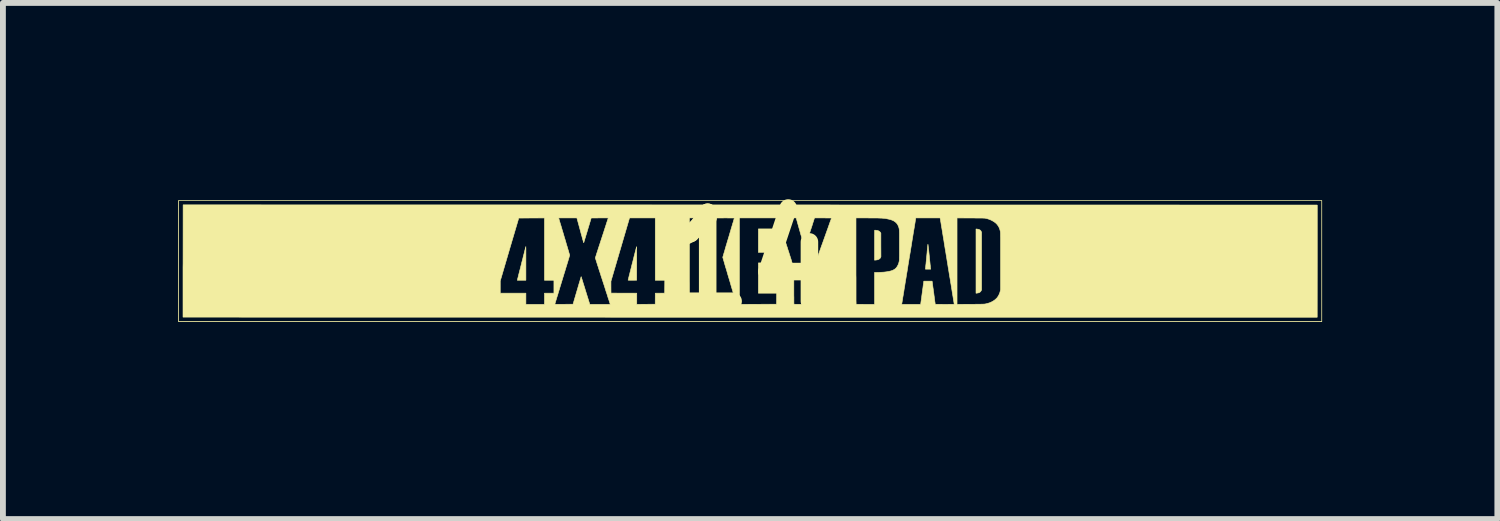
<source format=kicad_pcb>
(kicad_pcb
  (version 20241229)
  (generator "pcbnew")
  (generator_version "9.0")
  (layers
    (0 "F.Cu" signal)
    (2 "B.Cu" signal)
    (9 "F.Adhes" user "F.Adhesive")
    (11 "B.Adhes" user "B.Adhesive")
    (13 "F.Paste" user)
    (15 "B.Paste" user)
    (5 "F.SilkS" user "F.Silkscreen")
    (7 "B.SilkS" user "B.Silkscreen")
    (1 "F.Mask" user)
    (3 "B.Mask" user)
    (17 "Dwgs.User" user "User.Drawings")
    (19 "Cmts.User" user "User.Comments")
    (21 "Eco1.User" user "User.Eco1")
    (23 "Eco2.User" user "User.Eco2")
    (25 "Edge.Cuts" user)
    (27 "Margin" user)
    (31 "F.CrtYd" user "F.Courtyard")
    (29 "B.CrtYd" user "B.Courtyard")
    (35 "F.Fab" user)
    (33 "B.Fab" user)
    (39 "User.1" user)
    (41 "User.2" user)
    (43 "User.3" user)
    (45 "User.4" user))
  (footprint "14"
    (layer "F.Cu")
    (at 9.791 1.418)
    (property "Reference" "14" (at 0 0 0) (layer "F.SilkS") (effects (font (size 1.524 1.524) (thickness 0.3))))
    (attr through_hole)
    (fp_poly (pts (xy 9.788 1.039) (xy -9.786 1.039) (xy -9.786 -1.034) (xy -9.783 -1.034) (xy -9.783 1.036) (xy 9.786 1.036) (xy 9.786 -1.034) (xy -9.783 -1.034) (xy -9.786 -1.034) (xy -9.786 -1.036) (xy 9.788 -1.036) (xy 9.788 1.039)) (stroke (width 0.01) (type solid)) (fill yes) (layer "F.SilkS"))
    (fp_poly (pts (xy 3.879 -0.547) (xy 3.892 -0.545) (xy 3.902 -0.544) (xy 3.91 -0.542) (xy 3.917 -0.54) (xy 3.924 -0.537) (xy 3.925 -0.536) (xy 3.938 -0.529) (xy 3.946 -0.522) (xy 3.953 -0.513) (xy 3.957 -0.504) (xy 3.963 -0.491) (xy 3.963 0.494) (xy 3.956 0.509) (xy 3.947 0.523) (xy 3.935 0.534) (xy 3.921 0.542) (xy 3.903 0.547) (xy 3.884 0.55) (xy 3.868 0.552) (xy 3.868 -0.548) (xy 3.879 -0.547)) (stroke (width 0.01) (type solid)) (fill yes) (layer "F.SilkS"))
    (fp_poly (pts (xy 2.145 -0.527) (xy 2.155 -0.526) (xy 2.166 -0.524) (xy 2.177 -0.523) (xy 2.186 -0.52) (xy 2.191 -0.519) (xy 2.208 -0.511) (xy 2.222 -0.5) (xy 2.232 -0.488) (xy 2.239 -0.476) (xy 2.239 -0.275) (xy 2.24 -0.074) (xy 2.235 -0.061) (xy 2.226 -0.046) (xy 2.212 -0.034) (xy 2.195 -0.025) (xy 2.174 -0.019) (xy 2.152 -0.016) (xy 2.131 -0.014) (xy 2.131 -0.27) (xy 2.131 -0.314) (xy 2.131 -0.354) (xy 2.131 -0.39) (xy 2.131 -0.422) (xy 2.131 -0.451) (xy 2.132 -0.475) (xy 2.132 -0.494) (xy 2.132 -0.51) (xy 2.133 -0.52) (xy 2.133 -0.526) (xy 2.133 -0.527) (xy 2.137 -0.527) (xy 2.145 -0.527)) (stroke (width 0.01) (type solid)) (fill yes) (layer "F.SilkS"))
    (fp_poly (pts (xy 3.045 -0.286) (xy 3.046 -0.279) (xy 3.048 -0.269) (xy 3.049 -0.254) (xy 3.052 -0.236) (xy 3.054 -0.214) (xy 3.057 -0.19) (xy 3.06 -0.163) (xy 3.063 -0.134) (xy 3.066 -0.103) (xy 3.068 -0.087) (xy 3.071 -0.055) (xy 3.074 -0.024) (xy 3.077 0.005) (xy 3.08 0.032) (xy 3.082 0.056) (xy 3.085 0.078) (xy 3.087 0.096) (xy 3.088 0.111) (xy 3.089 0.122) (xy 3.09 0.128) (xy 3.09 0.129) (xy 3.092 0.14) (xy 3.002 0.14) (xy 3.003 0.13) (xy 3.003 0.126) (xy 3.004 0.118) (xy 3.006 0.105) (xy 3.007 0.088) (xy 3.009 0.068) (xy 3.012 0.045) (xy 3.014 0.019) (xy 3.017 -0.009) (xy 3.02 -0.039) (xy 3.023 -0.071) (xy 3.024 -0.081) (xy 3.027 -0.113) (xy 3.03 -0.143) (xy 3.032 -0.171) (xy 3.035 -0.198) (xy 3.037 -0.221) (xy 3.04 -0.242) (xy 3.041 -0.259) (xy 3.043 -0.273) (xy 3.044 -0.282) (xy 3.045 -0.287) (xy 3.045 -0.288) (xy 3.045 -0.286)) (stroke (width 0.01) (type solid)) (fill yes) (layer "F.SilkS"))
    (fp_poly (pts (xy -1.943 -0.243) (xy -1.942 -0.237) (xy -1.942 -0.225) (xy -1.942 -0.21) (xy -1.942 -0.19) (xy -1.941 -0.166) (xy -1.941 -0.138) (xy -1.941 -0.106) (xy -1.941 -0.071) (xy -1.941 -0.032) (xy -1.941 0.009) (xy -1.941 0.039) (xy -1.942 0.329) (xy -2.015 0.33) (xy -2.038 0.33) (xy -2.056 0.33) (xy -2.07 0.329) (xy -2.079 0.329) (xy -2.085 0.328) (xy -2.088 0.328) (xy -2.088 0.327) (xy -2.087 0.324) (xy -2.085 0.317) (xy -2.082 0.305) (xy -2.079 0.29) (xy -2.074 0.271) (xy -2.069 0.249) (xy -2.062 0.225) (xy -2.056 0.198) (xy -2.048 0.169) (xy -2.041 0.139) (xy -2.033 0.108) (xy -2.025 0.075) (xy -2.017 0.043) (xy -2.008 0.01) (xy -2 -0.022) (xy -1.992 -0.054) (xy -1.985 -0.084) (xy -1.977 -0.113) (xy -1.97 -0.14) (xy -1.964 -0.165) (xy -1.958 -0.187) (xy -1.953 -0.206) (xy -1.949 -0.222) (xy -1.946 -0.234) (xy -1.944 -0.242) (xy -1.943 -0.245) (xy -1.943 -0.245) (xy -1.943 -0.243)) (stroke (width 0.01) (type solid)) (fill yes) (layer "F.SilkS"))
    (fp_poly (pts (xy -3.839 -0.245) (xy -3.839 -0.239) (xy -3.839 -0.227) (xy -3.838 -0.212) (xy -3.838 -0.192) (xy -3.838 -0.17) (xy -3.838 -0.144) (xy -3.838 -0.115) (xy -3.838 -0.083) (xy -3.838 -0.049) (xy -3.838 -0.014) (xy -3.838 0.024) (xy -3.838 0.04) (xy -3.838 0.33) (xy -3.911 0.33) (xy -3.93 0.33) (xy -3.947 0.33) (xy -3.962 0.33) (xy -3.973 0.33) (xy -3.981 0.33) (xy -3.985 0.33) (xy -3.985 0.329) (xy -3.984 0.327) (xy -3.982 0.32) (xy -3.98 0.308) (xy -3.976 0.293) (xy -3.971 0.275) (xy -3.966 0.253) (xy -3.96 0.229) (xy -3.953 0.202) (xy -3.946 0.174) (xy -3.938 0.144) (xy -3.93 0.112) (xy -3.922 0.08) (xy -3.914 0.048) (xy -3.906 0.015) (xy -3.897 -0.017) (xy -3.889 -0.049) (xy -3.882 -0.08) (xy -3.874 -0.109) (xy -3.867 -0.136) (xy -3.861 -0.162) (xy -3.855 -0.184) (xy -3.85 -0.204) (xy -3.846 -0.221) (xy -3.843 -0.234) (xy -3.84 -0.243) (xy -3.839 -0.247) (xy -3.839 -0.248) (xy -3.839 -0.245)) (stroke (width 0.01) (type solid)) (fill yes) (layer "F.SilkS"))
    (fp_poly (pts (xy 0.001 -0.96) (xy 0.224 -0.96) (xy 0.445 -0.96) (xy 0.665 -0.96) (xy 0.884 -0.96) (xy 1.101 -0.96) (xy 1.317 -0.96) (xy 1.531 -0.959) (xy 1.744 -0.959) (xy 1.956 -0.959) (xy 2.166 -0.959) (xy 2.374 -0.959) (xy 2.58 -0.959) (xy 2.785 -0.959) (xy 2.987 -0.959) (xy 3.188 -0.959) (xy 3.387 -0.959) (xy 3.584 -0.959) (xy 3.779 -0.959) (xy 3.972 -0.959) (xy 4.162 -0.959) (xy 4.35 -0.959) (xy 4.536 -0.959) (xy 4.72 -0.959) (xy 4.901 -0.959) (xy 5.08 -0.959) (xy 5.256 -0.959) (xy 5.43 -0.959) (xy 5.601 -0.959) (xy 5.77 -0.959) (xy 5.936 -0.959) (xy 6.099 -0.959) (xy 6.259 -0.959) (xy 6.416 -0.959) (xy 6.57 -0.959) (xy 6.722 -0.959) (xy 6.87 -0.959) (xy 7.015 -0.959) (xy 7.157 -0.959) (xy 7.296 -0.959) (xy 7.431 -0.958) (xy 7.564 -0.958) (xy 7.692 -0.958) (xy 7.818 -0.958) (xy 7.94 -0.958) (xy 8.058 -0.958) (xy 8.173 -0.958) (xy 8.284 -0.958) (xy 8.391 -0.958) (xy 8.494 -0.958) (xy 8.594 -0.958) (xy 8.69 -0.958) (xy 8.782 -0.958) (xy 8.87 -0.958) (xy 8.954 -0.958) (xy 9.034 -0.958) (xy 9.109 -0.958) (xy 9.181 -0.958) (xy 9.248 -0.958) (xy 9.311 -0.958) (xy 9.369 -0.958) (xy 9.423 -0.958) (xy 9.473 -0.958) (xy 9.518 -0.958) (xy 9.558 -0.958) (xy 9.594 -0.958) (xy 9.625 -0.958) (xy 9.652 -0.958) (xy 9.673 -0.958) (xy 9.69 -0.958) (xy 9.701 -0.958) (xy 9.708 -0.957) (xy 9.71 -0.957) (xy 9.71 -0.955) (xy 9.71 -0.947) (xy 9.71 -0.935) (xy 9.71 -0.918) (xy 9.71 -0.897) (xy 9.71 -0.872) (xy 9.71 -0.842) (xy 9.71 -0.809) (xy 9.71 -0.772) (xy 9.71 -0.732) (xy 9.71 -0.688) (xy 9.71 -0.641) (xy 9.71 -0.591) (xy 9.71 -0.539) (xy 9.71 -0.483) (xy 9.71 -0.425) (xy 9.71 -0.365) (xy 9.71 -0.303) (xy 9.71 -0.239) (xy 9.71 -0.173) (xy 9.71 -0.106) (xy 9.71 -0.037) (xy 9.71 0.003) (xy 9.709 0.963) (xy 0.001 0.963) (xy -0.221 0.963) (xy -0.442 0.963) (xy -0.662 0.963) (xy -0.881 0.963) (xy -1.098 0.963) (xy -1.314 0.963) (xy -1.529 0.963) (xy -1.742 0.963) (xy -1.953 0.963) (xy -2.163 0.963) (xy -2.371 0.963) (xy -2.578 0.962) (xy -2.782 0.962) (xy -2.985 0.962) (xy -3.186 0.962) (xy -3.385 0.962) (xy -3.581 0.962) (xy -3.776 0.962) (xy -3.969 0.962) (xy -4.159 0.962) (xy -4.348 0.962) (xy -4.534 0.962) (xy -4.717 0.962) (xy -4.899 0.962) (xy -5.078 0.962) (xy -5.254 0.962) (xy -5.428 0.962) (xy -5.599 0.962) (xy -5.767 0.962) (xy -5.933 0.962) (xy -6.096 0.962) (xy -6.256 0.962) (xy -6.413 0.962) (xy -6.568 0.962) (xy -6.719 0.962) (xy -6.867 0.962) (xy -7.013 0.962) (xy -7.155 0.962) (xy -7.293 0.962) (xy -7.429 0.962) (xy -7.561 0.962) (xy -7.69 0.962) (xy -7.815 0.962) (xy -7.937 0.962) (xy -8.055 0.962) (xy -8.17 0.962) (xy -8.281 0.962) (xy -8.388 0.962) (xy -8.492 0.962) (xy -8.592 0.962) (xy -8.688 0.962) (xy -8.78 0.961) (xy -8.867 0.961) (xy -8.951 0.961) (xy -9.031 0.961) (xy -9.107 0.961) (xy -9.178 0.961) (xy -9.245 0.961) (xy -9.308 0.961) (xy -9.367 0.961) (xy -9.421 0.961) (xy -9.47 0.961) (xy -9.515 0.961) (xy -9.556 0.961) (xy -9.592 0.961) (xy -9.623 0.961) (xy -9.649 0.961) (xy -9.671 0.961) (xy -9.687 0.961) (xy -9.699 0.961) (xy -9.706 0.961) (xy -9.708 0.961) (xy -9.708 0.958) (xy -9.708 0.95) (xy -9.708 0.938) (xy -9.708 0.921) (xy -9.708 0.9) (xy -9.708 0.875) (xy -9.708 0.845) (xy -9.708 0.812) (xy -9.708 0.775) (xy -9.708 0.742) (xy 3.543 0.742) (xy 3.771 0.741) (xy 3.811 0.741) (xy 3.846 0.741) (xy 3.877 0.74) (xy 3.904 0.74) (xy 3.927 0.74) (xy 3.946 0.74) (xy 3.963 0.739) (xy 3.977 0.739) (xy 3.989 0.739) (xy 3.998 0.738) (xy 4.006 0.738) (xy 4.013 0.737) (xy 4.019 0.737) (xy 4.024 0.736) (xy 4.025 0.736) (xy 4.063 0.727) (xy 4.1 0.716) (xy 4.134 0.701) (xy 4.166 0.683) (xy 4.194 0.663) (xy 4.218 0.641) (xy 4.23 0.628) (xy 4.248 0.602) (xy 4.263 0.574) (xy 4.275 0.544) (xy 4.283 0.515) (xy 4.288 0.489) (xy 4.288 0.003) (xy 4.288 -0.058) (xy 4.288 -0.113) (xy 4.288 -0.164) (xy 4.288 -0.21) (xy 4.288 -0.252) (xy 4.288 -0.289) (xy 4.288 -0.323) (xy 4.288 -0.354) (xy 4.288 -0.38) (xy 4.288 -0.404) (xy 4.287 -0.425) (xy 4.287 -0.442) (xy 4.287 -0.457) (xy 4.287 -0.47) (xy 4.286 -0.48) (xy 4.286 -0.488) (xy 4.286 -0.495) (xy 4.285 -0.499) (xy 4.285 -0.503) (xy 4.285 -0.503) (xy 4.276 -0.539) (xy 4.264 -0.571) (xy 4.248 -0.6) (xy 4.228 -0.627) (xy 4.204 -0.651) (xy 4.176 -0.672) (xy 4.143 -0.691) (xy 4.136 -0.695) (xy 4.114 -0.705) (xy 4.094 -0.713) (xy 4.074 -0.72) (xy 4.053 -0.726) (xy 4.039 -0.729) (xy 4.035 -0.73) (xy 4.031 -0.731) (xy 4.027 -0.732) (xy 4.022 -0.732) (xy 4.016 -0.733) (xy 4.009 -0.734) (xy 4.001 -0.734) (xy 3.99 -0.734) (xy 3.978 -0.735) (xy 3.963 -0.735) (xy 3.945 -0.735) (xy 3.924 -0.735) (xy 3.899 -0.735) (xy 3.871 -0.735) (xy 3.838 -0.736) (xy 3.801 -0.736) (xy 3.779 -0.736) (xy 3.543 -0.737) (xy 3.543 0.742) (xy -9.708 0.742) (xy -9.708 0.735) (xy -9.708 0.691) (xy -9.708 0.644) (xy -9.708 0.594) (xy -9.708 0.551) (xy -4.277 0.551) (xy -3.838 0.551) (xy -3.838 0.742) (xy -3.52 0.742) (xy -3.52 0.739) (xy -3.342 0.739) (xy -3.341 0.739) (xy -3.338 0.74) (xy -3.331 0.74) (xy -3.322 0.741) (xy -3.309 0.741) (xy -3.293 0.741) (xy -3.273 0.741) (xy -3.248 0.741) (xy -3.219 0.741) (xy -3.187 0.741) (xy -3.031 0.74) (xy -2.965 0.515) (xy -2.955 0.482) (xy -2.946 0.45) (xy -2.937 0.42) (xy -2.929 0.392) (xy -2.921 0.366) (xy -2.914 0.343) (xy -2.908 0.322) (xy -2.903 0.306) (xy -2.899 0.292) (xy -2.897 0.283) (xy -2.895 0.279) (xy -2.895 0.279) (xy -2.892 0.268) (xy -2.887 0.284) (xy -2.885 0.289) (xy -2.882 0.299) (xy -2.878 0.312) (xy -2.872 0.329) (xy -2.866 0.35) (xy -2.859 0.373) (xy -2.851 0.399) (xy -2.842 0.427) (xy -2.832 0.458) (xy -2.823 0.489) (xy -2.813 0.521) (xy -2.744 0.742) (xy -2.394 0.742) (xy -2.396 0.736) (xy -2.397 0.733) (xy -2.399 0.725) (xy -2.403 0.713) (xy -2.408 0.697) (xy -2.414 0.678) (xy -2.422 0.654) (xy -2.431 0.628) (xy -2.44 0.598) (xy -2.45 0.566) (xy -2.462 0.531) (xy -2.474 0.494) (xy -2.486 0.455) (xy -2.499 0.414) (xy -2.513 0.372) (xy -2.521 0.347) (xy -2.382 0.347) (xy -2.382 0.448) (xy -2.381 0.55) (xy -1.94 0.551) (xy -1.94 0.742) (xy -1.624 0.74) (xy -1.623 0.551) (xy -1.542 0.551) (xy -1.462 0.55) (xy -1.46 0.33) (xy -1.623 0.33) (xy -1.623 -0.737) (xy -1.039 -0.737) (xy -1.039 0.001) (xy -1.039 0.062) (xy -1.039 0.121) (xy -1.039 0.179) (xy -1.039 0.236) (xy -1.039 0.29) (xy -1.039 0.342) (xy -1.038 0.392) (xy -1.038 0.44) (xy -1.038 0.484) (xy -1.038 0.526) (xy -1.038 0.565) (xy -1.038 0.6) (xy -1.038 0.632) (xy -1.038 0.66) (xy -1.038 0.685) (xy -1.038 0.705) (xy -1.037 0.72) (xy -1.037 0.732) (xy -1.037 0.738) (xy -1.037 0.74) (xy -1.034 0.74) (xy -1.027 0.74) (xy -1.015 0.741) (xy -1 0.741) (xy -0.981 0.741) (xy -0.959 0.741) (xy -0.935 0.741) (xy -0.909 0.742) (xy -0.881 0.742) (xy -0.875 0.742) (xy -0.714 0.742) (xy -0.713 0.469) (xy -0.713 0.428) (xy -0.713 0.389) (xy -0.713 0.354) (xy -0.713 0.321) (xy -0.713 0.292) (xy -0.713 0.267) (xy -0.712 0.246) (xy -0.712 0.228) (xy -0.712 0.215) (xy -0.711 0.207) (xy -0.711 0.203) (xy -0.711 0.203) (xy -0.71 0.206) (xy -0.708 0.214) (xy -0.705 0.227) (xy -0.702 0.243) (xy -0.697 0.263) (xy -0.692 0.286) (xy -0.686 0.312) (xy -0.679 0.34) (xy -0.672 0.371) (xy -0.665 0.404) (xy -0.657 0.439) (xy -0.649 0.474) (xy -0.641 0.509) (xy -0.633 0.544) (xy -0.625 0.576) (xy -0.618 0.607) (xy -0.612 0.635) (xy -0.606 0.661) (xy -0.601 0.683) (xy -0.596 0.703) (xy -0.593 0.718) (xy -0.59 0.73) (xy -0.588 0.737) (xy -0.588 0.74) (xy -0.585 0.74) (xy -0.578 0.74) (xy -0.566 0.741) (xy -0.551 0.741) (xy -0.533 0.741) (xy -0.513 0.741) (xy -0.49 0.741) (xy -0.466 0.742) (xy -0.441 0.742) (xy -0.415 0.742) (xy -0.389 0.742) (xy -0.363 0.741) (xy -0.338 0.741) (xy -0.315 0.741) (xy -0.294 0.741) (xy -0.275 0.741) (xy -0.258 0.741) (xy -0.245 0.74) (xy -0.236 0.74) (xy -0.232 0.739) (xy -0.231 0.739) (xy -0.232 0.737) (xy -0.234 0.729) (xy -0.237 0.718) (xy -0.242 0.702) (xy -0.248 0.683) (xy -0.254 0.659) (xy -0.262 0.633) (xy -0.271 0.603) (xy -0.281 0.571) (xy -0.291 0.536) (xy -0.302 0.499) (xy -0.314 0.46) (xy -0.326 0.419) (xy -0.338 0.376) (xy -0.349 0.339) (xy -0.362 0.296) (xy -0.375 0.253) (xy -0.387 0.212) (xy -0.398 0.173) (xy -0.409 0.136) (xy -0.42 0.102) (xy -0.429 0.07) (xy -0.438 0.04) (xy -0.445 0.014) (xy -0.452 -0.009) (xy -0.457 -0.028) (xy -0.462 -0.043) (xy -0.465 -0.054) (xy -0.467 -0.061) (xy -0.467 -0.063) (xy -0.467 -0.066) (xy -0.465 -0.074) (xy -0.461 -0.085) (xy -0.457 -0.101) (xy -0.451 -0.121) (xy -0.444 -0.144) (xy -0.436 -0.17) (xy -0.428 -0.199) (xy -0.419 -0.231) (xy -0.409 -0.265) (xy -0.398 -0.301) (xy -0.387 -0.339) (xy -0.375 -0.378) (xy -0.368 -0.401) (xy -0.356 -0.441) (xy -0.345 -0.479) (xy -0.334 -0.516) (xy -0.324 -0.551) (xy -0.314 -0.584) (xy -0.305 -0.614) (xy -0.297 -0.642) (xy -0.289 -0.666) (xy -0.283 -0.688) (xy -0.278 -0.705) (xy -0.274 -0.719) (xy -0.271 -0.729) (xy -0.269 -0.734) (xy -0.269 -0.735) (xy -0.272 -0.735) (xy -0.279 -0.736) (xy -0.29 -0.736) (xy -0.305 -0.736) (xy -0.324 -0.736) (xy -0.345 -0.736) (xy -0.368 -0.736) (xy -0.394 -0.737) (xy -0.42 -0.737) (xy -0.183 -0.737) (xy -0.183 0.742) (xy 0.135 0.741) (xy 0.453 0.74) (xy 0.454 0.646) (xy 0.455 0.551) (xy 0.142 0.551) (xy 0.142 0.033) (xy 0.422 0.033) (xy 0.421 -0.057) (xy 0.42 -0.146) (xy 0.281 -0.147) (xy 0.142 -0.147) (xy 0.142 -0.549) (xy 0.45 -0.549) (xy 0.45 -0.734) (xy 0.48 -0.734) (xy 0.481 -0.732) (xy 0.483 -0.724) (xy 0.486 -0.713) (xy 0.491 -0.698) (xy 0.496 -0.681) (xy 0.502 -0.66) (xy 0.51 -0.637) (xy 0.517 -0.612) (xy 0.525 -0.586) (xy 0.534 -0.558) (xy 0.542 -0.53) (xy 0.551 -0.502) (xy 0.56 -0.473) (xy 0.568 -0.446) (xy 0.577 -0.419) (xy 0.585 -0.394) (xy 0.592 -0.371) (xy 0.598 -0.35) (xy 0.601 -0.342) (xy 0.606 -0.327) (xy 0.612 -0.307) (xy 0.619 -0.285) (xy 0.627 -0.26) (xy 0.636 -0.234) (xy 0.644 -0.207) (xy 0.653 -0.179) (xy 0.661 -0.156) (xy 0.675 -0.111) (xy 0.688 -0.071) (xy 0.7 -0.034) (xy 0.71 -0.002) (xy 0.718 0.027) (xy 0.725 0.053) (xy 0.732 0.076) (xy 0.737 0.097) (xy 0.741 0.116) (xy 0.741 0.119) (xy 0.749 0.157) (xy 0.749 0.447) (xy 0.749 0.485) (xy 0.749 0.522) (xy 0.749 0.557) (xy 0.749 0.59) (xy 0.75 0.62) (xy 0.75 0.648) (xy 0.75 0.672) (xy 0.75 0.694) (xy 0.75 0.711) (xy 0.75 0.725) (xy 0.751 0.735) (xy 0.751 0.739) (xy 0.751 0.74) (xy 0.754 0.74) (xy 0.761 0.74) (xy 0.773 0.741) (xy 0.788 0.741) (xy 0.807 0.741) (xy 0.829 0.741) (xy 0.853 0.741) (xy 0.879 0.742) (xy 0.907 0.742) (xy 0.913 0.742) (xy 1.074 0.742) (xy 1.074 0.158) (xy 1.131 0.001) (xy 1.813 0.001) (xy 1.813 0.062) (xy 1.813 0.121) (xy 1.813 0.179) (xy 1.813 0.236) (xy 1.814 0.29) (xy 1.814 0.342) (xy 1.814 0.392) (xy 1.814 0.44) (xy 1.814 0.484) (xy 1.814 0.526) (xy 1.814 0.565) (xy 1.814 0.6) (xy 1.814 0.632) (xy 1.814 0.66) (xy 1.814 0.685) (xy 1.815 0.705) (xy 1.815 0.72) (xy 1.815 0.732) (xy 1.815 0.738) (xy 1.815 0.74) (xy 1.818 0.74) (xy 1.825 0.74) (xy 1.837 0.741) (xy 1.852 0.741) (xy 1.871 0.741) (xy 1.893 0.741) (xy 1.917 0.741) (xy 1.943 0.742) (xy 1.97 0.742) (xy 1.974 0.742) (xy 2.131 0.742) (xy 2.595 0.742) (xy 2.92 0.742) (xy 2.922 0.733) (xy 2.922 0.73) (xy 2.923 0.721) (xy 2.925 0.708) (xy 2.927 0.692) (xy 2.93 0.672) (xy 2.933 0.65) (xy 2.937 0.624) (xy 2.94 0.597) (xy 2.944 0.568) (xy 2.947 0.545) (xy 2.951 0.515) (xy 2.955 0.486) (xy 2.959 0.459) (xy 2.962 0.434) (xy 2.965 0.412) (xy 2.968 0.393) (xy 2.97 0.377) (xy 2.972 0.365) (xy 2.973 0.358) (xy 2.973 0.355) (xy 2.974 0.345) (xy 3.116 0.345) (xy 3.117 0.352) (xy 3.118 0.356) (xy 3.119 0.364) (xy 3.121 0.375) (xy 3.123 0.391) (xy 3.125 0.409) (xy 3.128 0.431) (xy 3.131 0.454) (xy 3.135 0.479) (xy 3.138 0.505) (xy 3.142 0.532) (xy 3.146 0.559) (xy 3.149 0.586) (xy 3.153 0.612) (xy 3.156 0.637) (xy 3.159 0.661) (xy 3.162 0.682) (xy 3.164 0.701) (xy 3.167 0.716) (xy 3.168 0.728) (xy 3.169 0.736) (xy 3.17 0.74) (xy 3.17 0.74) (xy 3.172 0.74) (xy 3.179 0.741) (xy 3.191 0.741) (xy 3.206 0.741) (xy 3.224 0.741) (xy 3.246 0.741) (xy 3.27 0.741) (xy 3.296 0.742) (xy 3.324 0.742) (xy 3.332 0.742) (xy 3.36 0.742) (xy 3.387 0.742) (xy 3.412 0.741) (xy 3.434 0.741) (xy 3.453 0.741) (xy 3.47 0.741) (xy 3.482 0.741) (xy 3.491 0.741) (xy 3.494 0.74) (xy 3.495 0.74) (xy 3.494 0.738) (xy 3.493 0.73) (xy 3.491 0.718) (xy 3.489 0.702) (xy 3.485 0.682) (xy 3.481 0.658) (xy 3.477 0.63) (xy 3.472 0.599) (xy 3.466 0.565) (xy 3.46 0.528) (xy 3.454 0.488) (xy 3.447 0.446) (xy 3.44 0.402) (xy 3.432 0.356) (xy 3.425 0.309) (xy 3.416 0.259) (xy 3.408 0.209) (xy 3.4 0.158) (xy 3.391 0.106) (xy 3.383 0.054) (xy 3.374 0.001) (xy 3.366 -0.052) (xy 3.357 -0.104) (xy 3.349 -0.156) (xy 3.34 -0.207) (xy 3.332 -0.257) (xy 3.324 -0.306) (xy 3.317 -0.353) (xy 3.309 -0.399) (xy 3.302 -0.443) (xy 3.295 -0.485) (xy 3.289 -0.524) (xy 3.283 -0.56) (xy 3.277 -0.594) (xy 3.272 -0.625) (xy 3.268 -0.652) (xy 3.264 -0.675) (xy 3.261 -0.695) (xy 3.258 -0.711) (xy 3.256 -0.722) (xy 3.255 -0.729) (xy 3.255 -0.731) (xy 3.253 -0.737) (xy 2.837 -0.737) (xy 2.836 -0.73) (xy 2.835 -0.726) (xy 2.834 -0.719) (xy 2.832 -0.706) (xy 2.829 -0.689) (xy 2.826 -0.668) (xy 2.822 -0.643) (xy 2.817 -0.614) (xy 2.812 -0.581) (xy 2.806 -0.546) (xy 2.799 -0.506) (xy 2.792 -0.464) (xy 2.785 -0.419) (xy 2.777 -0.372) (xy 2.769 -0.321) (xy 2.761 -0.269) (xy 2.752 -0.215) (xy 2.743 -0.159) (xy 2.733 -0.101) (xy 2.723 -0.042) (xy 2.716 0.003) (xy 2.706 0.063) (xy 2.697 0.121) (xy 2.688 0.179) (xy 2.678 0.234) (xy 2.67 0.288) (xy 2.661 0.34) (xy 2.653 0.389) (xy 2.646 0.436) (xy 2.638 0.48) (xy 2.632 0.522) (xy 2.625 0.56) (xy 2.62 0.595) (xy 2.614 0.627) (xy 2.61 0.655) (xy 2.606 0.679) (xy 2.603 0.699) (xy 2.6 0.715) (xy 2.598 0.726) (xy 2.597 0.733) (xy 2.597 0.735) (xy 2.595 0.742) (xy 2.131 0.742) (xy 2.131 0.196) (xy 2.175 0.196) (xy 2.213 0.195) (xy 2.251 0.193) (xy 2.289 0.191) (xy 2.323 0.187) (xy 2.338 0.185) (xy 2.373 0.179) (xy 2.404 0.172) (xy 2.431 0.164) (xy 2.455 0.153) (xy 2.475 0.141) (xy 2.493 0.127) (xy 2.508 0.11) (xy 2.513 0.103) (xy 2.529 0.076) (xy 2.542 0.047) (xy 2.551 0.014) (xy 2.555 -0.009) (xy 2.555 -0.014) (xy 2.556 -0.025) (xy 2.556 -0.04) (xy 2.556 -0.059) (xy 2.557 -0.083) (xy 2.557 -0.11) (xy 2.557 -0.141) (xy 2.557 -0.175) (xy 2.557 -0.212) (xy 2.557 -0.253) (xy 2.557 -0.272) (xy 2.557 -0.315) (xy 2.557 -0.353) (xy 2.557 -0.387) (xy 2.557 -0.416) (xy 2.557 -0.442) (xy 2.557 -0.465) (xy 2.557 -0.484) (xy 2.556 -0.501) (xy 2.556 -0.515) (xy 2.555 -0.527) (xy 2.554 -0.537) (xy 2.553 -0.546) (xy 2.552 -0.554) (xy 2.55 -0.56) (xy 2.549 -0.567) (xy 2.547 -0.573) (xy 2.545 -0.58) (xy 2.543 -0.584) (xy 2.533 -0.61) (xy 2.52 -0.632) (xy 2.504 -0.652) (xy 2.485 -0.669) (xy 2.463 -0.684) (xy 2.437 -0.697) (xy 2.406 -0.708) (xy 2.371 -0.717) (xy 2.369 -0.717) (xy 2.355 -0.72) (xy 2.341 -0.723) (xy 2.328 -0.726) (xy 2.314 -0.728) (xy 2.3 -0.73) (xy 2.285 -0.731) (xy 2.269 -0.732) (xy 2.251 -0.734) (xy 2.232 -0.734) (xy 2.209 -0.735) (xy 2.184 -0.736) (xy 2.156 -0.736) (xy 2.124 -0.736) (xy 2.088 -0.736) (xy 2.047 -0.736) (xy 2.02 -0.737) (xy 1.813 -0.737) (xy 1.813 0.001) (xy 1.131 0.001) (xy 1.162 -0.086) (xy 1.176 -0.125) (xy 1.191 -0.167) (xy 1.207 -0.212) (xy 1.223 -0.257) (xy 1.24 -0.303) (xy 1.256 -0.348) (xy 1.272 -0.392) (xy 1.287 -0.435) (xy 1.301 -0.474) (xy 1.314 -0.51) (xy 1.321 -0.53) (xy 1.332 -0.56) (xy 1.342 -0.589) (xy 1.352 -0.617) (xy 1.361 -0.642) (xy 1.369 -0.666) (xy 1.377 -0.686) (xy 1.383 -0.703) (xy 1.388 -0.717) (xy 1.391 -0.726) (xy 1.393 -0.732) (xy 1.394 -0.733) (xy 1.393 -0.734) (xy 1.39 -0.735) (xy 1.385 -0.735) (xy 1.377 -0.736) (xy 1.365 -0.736) (xy 1.351 -0.736) (xy 1.332 -0.736) (xy 1.31 -0.736) (xy 1.283 -0.737) (xy 1.251 -0.737) (xy 1.103 -0.737) (xy 1.1 -0.728) (xy 1.089 -0.693) (xy 1.077 -0.657) (xy 1.066 -0.621) (xy 1.054 -0.584) (xy 1.042 -0.548) (xy 1.03 -0.512) (xy 1.019 -0.476) (xy 1.008 -0.442) (xy 0.997 -0.408) (xy 0.987 -0.377) (xy 0.977 -0.348) (xy 0.968 -0.32) (xy 0.96 -0.296) (xy 0.953 -0.274) (xy 0.947 -0.256) (xy 0.943 -0.241) (xy 0.939 -0.23) (xy 0.937 -0.224) (xy 0.936 -0.222) (xy 0.936 -0.221) (xy 0.936 -0.221) (xy 0.935 -0.222) (xy 0.935 -0.223) (xy 0.934 -0.226) (xy 0.933 -0.229) (xy 0.931 -0.235) (xy 0.929 -0.242) (xy 0.926 -0.251) (xy 0.923 -0.263) (xy 0.919 -0.277) (xy 0.914 -0.294) (xy 0.908 -0.314) (xy 0.901 -0.338) (xy 0.894 -0.365) (xy 0.885 -0.396) (xy 0.875 -0.432) (xy 0.863 -0.472) (xy 0.857 -0.495) (xy 0.789 -0.737) (xy 0.634 -0.737) (xy 0.605 -0.736) (xy 0.578 -0.736) (xy 0.554 -0.736) (xy 0.532 -0.736) (xy 0.513 -0.736) (xy 0.499 -0.735) (xy 0.488 -0.735) (xy 0.482 -0.735) (xy 0.48 -0.734) (xy 0.45 -0.734) (xy 0.45 -0.737) (xy -0.183 -0.737) (xy -0.42 -0.737) (xy -0.448 -0.737) (xy -0.473 -0.736) (xy -0.497 -0.736) (xy -0.518 -0.736) (xy -0.536 -0.736) (xy -0.551 -0.736) (xy -0.562 -0.736) (xy -0.569 -0.735) (xy -0.571 -0.735) (xy -0.572 -0.732) (xy -0.574 -0.725) (xy -0.577 -0.714) (xy -0.582 -0.699) (xy -0.587 -0.681) (xy -0.593 -0.66) (xy -0.6 -0.636) (xy -0.607 -0.611) (xy -0.615 -0.584) (xy -0.623 -0.555) (xy -0.631 -0.526) (xy -0.64 -0.496) (xy -0.649 -0.466) (xy -0.657 -0.437) (xy -0.665 -0.408) (xy -0.673 -0.381) (xy -0.681 -0.355) (xy -0.688 -0.331) (xy -0.694 -0.31) (xy -0.7 -0.291) (xy -0.704 -0.276) (xy -0.708 -0.264) (xy -0.71 -0.256) (xy -0.711 -0.253) (xy -0.711 -0.253) (xy -0.711 -0.254) (xy -0.712 -0.261) (xy -0.712 -0.272) (xy -0.712 -0.288) (xy -0.713 -0.307) (xy -0.713 -0.331) (xy -0.713 -0.358) (xy -0.713 -0.389) (xy -0.713 -0.424) (xy -0.713 -0.461) (xy -0.713 -0.492) (xy -0.714 -0.737) (xy -1.039 -0.737) (xy -1.623 -0.737) (xy -2.064 -0.737) (xy -2.223 -0.195) (xy -2.382 0.347) (xy -2.521 0.347) (xy -2.523 0.341) (xy -2.537 0.298) (xy -2.551 0.256) (xy -2.563 0.216) (xy -2.576 0.178) (xy -2.588 0.141) (xy -2.598 0.107) (xy -2.609 0.076) (xy -2.618 0.047) (xy -2.626 0.021) (xy -2.633 -0.001) (xy -2.639 -0.02) (xy -2.643 -0.034) (xy -2.647 -0.045) (xy -2.649 -0.051) (xy -2.649 -0.053) (xy -2.648 -0.056) (xy -2.646 -0.063) (xy -2.642 -0.075) (xy -2.637 -0.091) (xy -2.631 -0.11) (xy -2.624 -0.133) (xy -2.615 -0.159) (xy -2.606 -0.188) (xy -2.596 -0.22) (xy -2.585 -0.253) (xy -2.573 -0.289) (xy -2.561 -0.327) (xy -2.548 -0.366) (xy -2.54 -0.391) (xy -2.527 -0.431) (xy -2.514 -0.47) (xy -2.502 -0.507) (xy -2.491 -0.542) (xy -2.48 -0.575) (xy -2.47 -0.606) (xy -2.461 -0.634) (xy -2.453 -0.659) (xy -2.446 -0.68) (xy -2.44 -0.699) (xy -2.435 -0.713) (xy -2.432 -0.723) (xy -2.43 -0.729) (xy -2.429 -0.731) (xy -2.428 -0.737) (xy -2.574 -0.737) (xy -2.601 -0.737) (xy -2.626 -0.736) (xy -2.649 -0.736) (xy -2.67 -0.736) (xy -2.687 -0.736) (xy -2.702 -0.736) (xy -2.712 -0.736) (xy -2.718 -0.736) (xy -2.72 -0.735) (xy -2.721 -0.733) (xy -2.723 -0.726) (xy -2.726 -0.715) (xy -2.731 -0.7) (xy -2.736 -0.681) (xy -2.743 -0.66) (xy -2.75 -0.635) (xy -2.758 -0.609) (xy -2.767 -0.58) (xy -2.776 -0.55) (xy -2.782 -0.528) (xy -2.792 -0.496) (xy -2.801 -0.466) (xy -2.81 -0.438) (xy -2.817 -0.412) (xy -2.825 -0.388) (xy -2.831 -0.367) (xy -2.836 -0.349) (xy -2.841 -0.335) (xy -2.844 -0.324) (xy -2.846 -0.318) (xy -2.846 -0.316) (xy -2.848 -0.313) (xy -2.849 -0.315) (xy -2.85 -0.315) (xy -2.85 -0.318) (xy -2.853 -0.326) (xy -2.856 -0.337) (xy -2.86 -0.353) (xy -2.866 -0.372) (xy -2.872 -0.394) (xy -2.878 -0.418) (xy -2.886 -0.445) (xy -2.894 -0.474) (xy -2.902 -0.505) (xy -2.908 -0.528) (xy -2.965 -0.737) (xy -3.277 -0.737) (xy -3.275 -0.73) (xy -3.274 -0.726) (xy -3.272 -0.718) (xy -3.268 -0.706) (xy -3.264 -0.69) (xy -3.258 -0.67) (xy -3.251 -0.647) (xy -3.243 -0.621) (xy -3.234 -0.592) (xy -3.225 -0.561) (xy -3.215 -0.527) (xy -3.204 -0.491) (xy -3.193 -0.454) (xy -3.182 -0.416) (xy -3.181 -0.412) (xy -3.169 -0.374) (xy -3.158 -0.337) (xy -3.148 -0.301) (xy -3.138 -0.267) (xy -3.128 -0.236) (xy -3.12 -0.207) (xy -3.112 -0.181) (xy -3.105 -0.158) (xy -3.1 -0.138) (xy -3.095 -0.122) (xy -3.091 -0.11) (xy -3.089 -0.102) (xy -3.088 -0.099) (xy -3.088 -0.099) (xy -3.089 -0.096) (xy -3.091 -0.089) (xy -3.095 -0.077) (xy -3.099 -0.061) (xy -3.105 -0.041) (xy -3.112 -0.018) (xy -3.12 0.009) (xy -3.129 0.038) (xy -3.139 0.071) (xy -3.15 0.106) (xy -3.161 0.143) (xy -3.173 0.183) (xy -3.186 0.224) (xy -3.199 0.267) (xy -3.213 0.312) (xy -3.215 0.32) (xy -3.229 0.365) (xy -3.242 0.408) (xy -3.255 0.45) (xy -3.267 0.49) (xy -3.279 0.528) (xy -3.289 0.563) (xy -3.299 0.596) (xy -3.309 0.626) (xy -3.317 0.654) (xy -3.324 0.677) (xy -3.33 0.698) (xy -3.335 0.714) (xy -3.339 0.727) (xy -3.341 0.735) (xy -3.342 0.738) (xy -3.342 0.739) (xy -3.52 0.739) (xy -3.52 0.551) (xy -3.358 0.551) (xy -3.358 0.33) (xy -3.52 0.33) (xy -3.52 -0.737) (xy -3.96 -0.735) (xy -4.119 -0.197) (xy -4.277 0.342) (xy -4.277 0.446) (xy -4.277 0.551) (xy -9.708 0.551) (xy -9.708 0.541) (xy -9.708 0.486) (xy -9.708 0.428) (xy -9.708 0.368) (xy -9.708 0.306) (xy -9.708 0.242) (xy -9.708 0.176) (xy -9.708 0.108) (xy -9.707 0.04) (xy -9.707 -0.001) (xy -9.706 -0.961) (xy 0.001 -0.96)) (stroke (width 0.01) (type solid)) (fill yes) (layer "F.SilkS")))
  (gr_rect
    (start -3 -3)
    (end 22.584 5.836)
    (stroke (width 0.1) (type default))
    (fill no)
    (layer "Edge.Cuts")))
</source>
